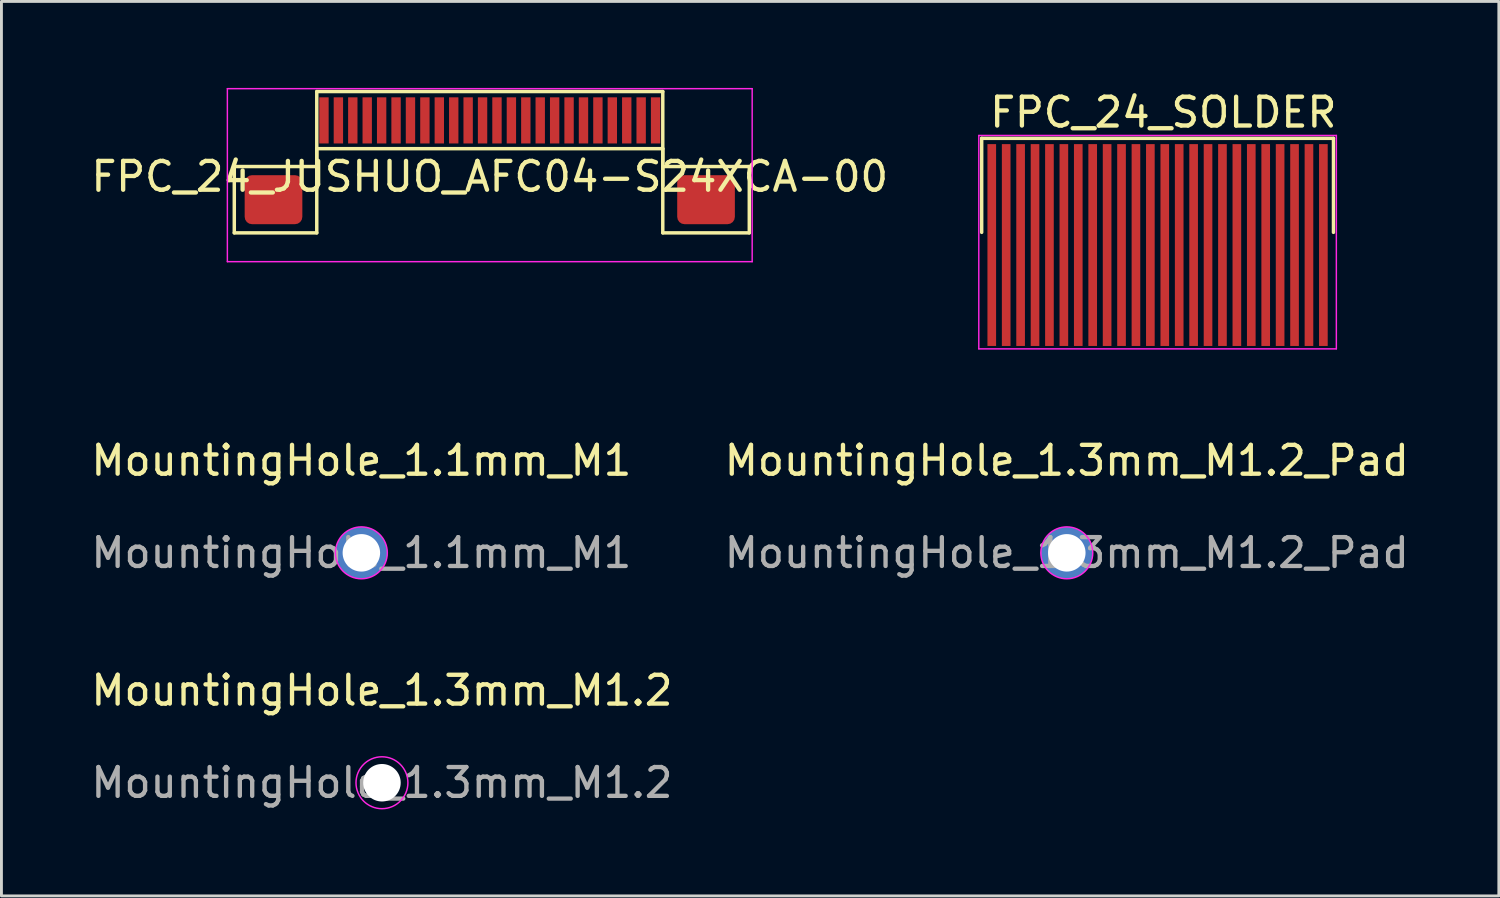
<source format=kicad_pcb>
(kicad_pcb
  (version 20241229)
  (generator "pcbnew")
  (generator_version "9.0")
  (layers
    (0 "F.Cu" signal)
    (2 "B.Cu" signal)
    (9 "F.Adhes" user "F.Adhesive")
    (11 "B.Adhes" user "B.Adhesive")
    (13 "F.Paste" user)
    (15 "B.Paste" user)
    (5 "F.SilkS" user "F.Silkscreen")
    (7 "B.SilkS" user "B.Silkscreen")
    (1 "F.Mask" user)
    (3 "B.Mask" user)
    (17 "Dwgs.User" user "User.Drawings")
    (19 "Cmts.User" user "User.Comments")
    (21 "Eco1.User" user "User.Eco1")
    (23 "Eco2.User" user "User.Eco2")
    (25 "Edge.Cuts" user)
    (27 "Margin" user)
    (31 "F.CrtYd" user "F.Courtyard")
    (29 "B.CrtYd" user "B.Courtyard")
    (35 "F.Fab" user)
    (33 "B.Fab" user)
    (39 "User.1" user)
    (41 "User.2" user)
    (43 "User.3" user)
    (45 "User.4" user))
  (footprint "MountingHole_1.3mm_M1.2"
    (layer "F.Cu")
    (at 10.196 24.095)
    (property "Reference" "MountingHole_1.3mm_M1.2" (at 0 -3.2 0) (layer "F.SilkS") (effects (font (size 1 1) (thickness 0.15))))
    (attr exclude_from_pos_files exclude_from_bom)
    (fp_circle (center 0 0) (end 0.9 0) (stroke (width 0.05) (type solid)) (fill no) (layer "F.CrtYd"))
    (fp_text user "${REFERENCE}" (at 0 0 0) (layer "F.Fab") (effects (font (size 1 1) (thickness 0.15))))
    (pad "" np_thru_hole circle (at 0 0) (size 1.3 1.3) (drill 1.3) (layers "*.Cu" "*.Mask")))
  (footprint "MountingHole_1.1mm_M1"
    (layer "F.Cu")
    (at 9.482 16.122)
    (property "Reference" "MountingHole_1.1mm_M1" (at 0 -3.2 0) (layer "F.SilkS") (effects (font (size 1 1) (thickness 0.15))))
    (attr exclude_from_pos_files exclude_from_bom)
    (fp_circle (center 0 0) (end 0.9 0) (stroke (width 0.05) (type solid)) (fill no) (layer "F.CrtYd"))
    (fp_text user "${REFERENCE}" (at 0 0 0) (layer "F.Fab") (effects (font (size 1 1) (thickness 0.15))))
    (pad "" thru_hole circle (at 0 0) (size 1.8 1.8) (drill 1.3) (layers "*.Cu" "*.Mask")))
  (footprint "MountingHole_1.3mm_M1.2_Pad"
    (layer "F.Cu")
    (at 33.946 16.122)
    (property "Reference" "MountingHole_1.3mm_M1.2_Pad" (at 0 -3.2 0) (layer "F.SilkS") (effects (font (size 1 1) (thickness 0.15))))
    (attr exclude_from_pos_files exclude_from_bom)
    (fp_circle (center 0 0) (end 0.9 0) (stroke (width 0.05) (type solid)) (fill no) (layer "F.CrtYd"))
    (fp_text user "${REFERENCE}" (at 0 0 0) (layer "F.Fab") (effects (font (size 1 1) (thickness 0.15))))
    (pad "" thru_hole circle (at 0 0) (size 1.8 1.8) (drill 1.3) (layers "*.Cu" "*.Mask")))
  (footprint "FPC_24_JUSHUO_AFC04-S24XCA-00"
    (layer "F.Cu")
    (at 13.935 0.725)
    (property "Reference" "FPC_24_JUSHUO_AFC04-S24XCA-00" (at 0 2.35 0) (layer "F.SilkS") (effects (font (size 1 1) (thickness 0.15))))
    (attr smd)
    (fp_line (start -8.86 2) (end -6 2) (stroke (width 0.12) (type default)) (layer "F.SilkS"))
    (fp_line (start -8.86 4.3) (end -8.86 2) (stroke (width 0.12) (type default)) (layer "F.SilkS"))
    (fp_line (start -6 -0.6) (end 6 -0.6) (stroke (width 0.12) (type default)) (layer "F.SilkS"))
    (fp_line (start -6 1.38) (end -6 4.3) (stroke (width 0.12) (type default)) (layer "F.SilkS"))
    (fp_line (start -6 1.38) (end 6 1.38) (stroke (width 0.12) (type default)) (layer "F.SilkS"))
    (fp_line (start -6 2.66) (end -6 -0.6) (stroke (width 0.12) (type default)) (layer "F.SilkS"))
    (fp_line (start -6 4.3) (end -8.86 4.3) (stroke (width 0.12) (type default)) (layer "F.SilkS"))
    (fp_line (start 6 1.38) (end 6 4.3) (stroke (width 0.12) (type default)) (layer "F.SilkS"))
    (fp_line (start 6 2.66) (end 6 -0.6) (stroke (width 0.12) (type default)) (layer "F.SilkS"))
    (fp_line (start 6 4.3) (end 9 4.3) (stroke (width 0.12) (type default)) (layer "F.SilkS"))
    (fp_line (start 9 2) (end 6 2) (stroke (width 0.12) (type default)) (layer "F.SilkS"))
    (fp_line (start 9 4.3) (end 9 2) (stroke (width 0.12) (type default)) (layer "F.SilkS"))
    (fp_line (start -9.1 -0.7) (end -9.1 5.3) (stroke (width 0.05) (type default)) (layer "F.CrtYd"))
    (fp_line (start -9.1 -0.7) (end 9.1 -0.7) (stroke (width 0.05) (type default)) (layer "F.CrtYd"))
    (fp_line (start -9.1 5.3) (end 9.1 5.3) (stroke (width 0.05) (type default)) (layer "F.CrtYd"))
    (fp_line (start 9.1 -0.7) (end 9.1 5.3) (stroke (width 0.05) (type default)) (layer "F.CrtYd"))
    (pad "0" smd roundrect (at -7.5 3.15) (size 2 1.7) (layers "F.Cu" "F.Mask" "F.Paste") (roundrect_rratio 0.15))
    (pad "0" smd roundrect (at 7.5 3.15) (size 2 1.7) (layers "F.Cu" "F.Mask" "F.Paste") (roundrect_rratio 0.15))
    (pad "1" smd rect (at -5.75 0.4) (size 0.325 1.6) (layers "F.Cu" "F.Mask" "F.Paste"))
    (pad "2" smd rect (at -5.25 0.4) (size 0.325 1.6) (layers "F.Cu" "F.Mask" "F.Paste"))
    (pad "3" smd rect (at -4.75 0.4) (size 0.325 1.6) (layers "F.Cu" "F.Mask" "F.Paste"))
    (pad "4" smd rect (at -4.25 0.4) (size 0.325 1.6) (layers "F.Cu" "F.Mask" "F.Paste"))
    (pad "5" smd rect (at -3.75 0.4) (size 0.325 1.6) (layers "F.Cu" "F.Mask" "F.Paste"))
    (pad "6" smd rect (at -3.25 0.4) (size 0.325 1.6) (layers "F.Cu" "F.Mask" "F.Paste"))
    (pad "7" smd rect (at -2.75 0.4) (size 0.325 1.6) (layers "F.Cu" "F.Mask" "F.Paste"))
    (pad "8" smd rect (at -2.25 0.4) (size 0.325 1.6) (layers "F.Cu" "F.Mask" "F.Paste"))
    (pad "9" smd rect (at -1.75 0.4) (size 0.325 1.6) (layers "F.Cu" "F.Mask" "F.Paste"))
    (pad "10" smd rect (at -1.25 0.4) (size 0.325 1.6) (layers "F.Cu" "F.Mask" "F.Paste"))
    (pad "11" smd rect (at -0.75 0.4) (size 0.325 1.6) (layers "F.Cu" "F.Mask" "F.Paste"))
    (pad "12" smd rect (at -0.25 0.4) (size 0.325 1.6) (layers "F.Cu" "F.Mask" "F.Paste"))
    (pad "13" smd rect (at 0.25 0.4) (size 0.325 1.6) (layers "F.Cu" "F.Mask" "F.Paste"))
    (pad "14" smd rect (at 0.75 0.4) (size 0.325 1.6) (layers "F.Cu" "F.Mask" "F.Paste"))
    (pad "15" smd rect (at 1.25 0.4) (size 0.325 1.6) (layers "F.Cu" "F.Mask" "F.Paste"))
    (pad "16" smd rect (at 1.75 0.4) (size 0.325 1.6) (layers "F.Cu" "F.Mask" "F.Paste"))
    (pad "17" smd rect (at 2.25 0.4) (size 0.325 1.6) (layers "F.Cu" "F.Mask" "F.Paste"))
    (pad "18" smd rect (at 2.75 0.4) (size 0.325 1.6) (layers "F.Cu" "F.Mask" "F.Paste"))
    (pad "19" smd rect (at 3.25 0.4) (size 0.325 1.6) (layers "F.Cu" "F.Mask" "F.Paste"))
    (pad "20" smd rect (at 3.75 0.4) (size 0.325 1.6) (layers "F.Cu" "F.Mask" "F.Paste"))
    (pad "21" smd rect (at 4.25 0.4) (size 0.325 1.6) (layers "F.Cu" "F.Mask" "F.Paste"))
    (pad "22" smd rect (at 4.75 0.4) (size 0.325 1.6) (layers "F.Cu" "F.Mask" "F.Paste"))
    (pad "23" smd rect (at 5.25 0.4) (size 0.325 1.6) (layers "F.Cu" "F.Mask" "F.Paste"))
    (pad "24" smd rect (at 5.75 0.4) (size 0.325 1.6) (layers "F.Cu" "F.Mask" "F.Paste")))
  (footprint "FPC_24_SOLDER"
    (layer "F.Cu")
    (at 37.094 3.748)
    (property "Reference" "FPC_24_SOLDER" (at 0.2 -2.9 0) (layer "F.SilkS") (effects (font (size 1 1) (thickness 0.15))))
    (attr smd)
    (fp_line (start -6.1 -2) (end 6.1 -2) (stroke (width 0.12) (type default)) (layer "F.SilkS"))
    (fp_line (start -6.1 1.26) (end -6.1 -2) (stroke (width 0.12) (type default)) (layer "F.SilkS"))
    (fp_line (start 6.1 1.26) (end 6.1 -2) (stroke (width 0.12) (type default)) (layer "F.SilkS"))
    (fp_line (start -6.2 -2.1) (end -6.2 5.3) (stroke (width 0.05) (type default)) (layer "F.CrtYd"))
    (fp_line (start -6.2 -2.1) (end 6.2 -2.1) (stroke (width 0.05) (type default)) (layer "F.CrtYd"))
    (fp_line (start -6.2 5.3) (end 6.2 5.3) (stroke (width 0.05) (type default)) (layer "F.CrtYd"))
    (fp_line (start 6.2 -2.1) (end 6.2 5.3) (stroke (width 0.05) (type default)) (layer "F.CrtYd"))
    (pad "1" smd rect (at -5.75 1.7) (size 0.3 7) (layers "F.Cu" "F.Mask" "F.Paste"))
    (pad "2" smd rect (at -5.25 1.7) (size 0.3 7) (layers "F.Cu" "F.Mask" "F.Paste"))
    (pad "3" smd rect (at -4.75 1.7) (size 0.3 7) (layers "F.Cu" "F.Mask" "F.Paste"))
    (pad "4" smd rect (at -4.25 1.7) (size 0.3 7) (layers "F.Cu" "F.Mask" "F.Paste"))
    (pad "5" smd rect (at -3.75 1.7) (size 0.3 7) (layers "F.Cu" "F.Mask" "F.Paste"))
    (pad "6" smd rect (at -3.25 1.7) (size 0.3 7) (layers "F.Cu" "F.Mask" "F.Paste"))
    (pad "7" smd rect (at -2.75 1.7) (size 0.3 7) (layers "F.Cu" "F.Mask" "F.Paste"))
    (pad "8" smd rect (at -2.25 1.7) (size 0.3 7) (layers "F.Cu" "F.Mask" "F.Paste"))
    (pad "9" smd rect (at -1.75 1.7) (size 0.3 7) (layers "F.Cu" "F.Mask" "F.Paste"))
    (pad "10" smd rect (at -1.25 1.7) (size 0.3 7) (layers "F.Cu" "F.Mask" "F.Paste"))
    (pad "11" smd rect (at -0.75 1.7) (size 0.3 7) (layers "F.Cu" "F.Mask" "F.Paste"))
    (pad "12" smd rect (at -0.25 1.7) (size 0.3 7) (layers "F.Cu" "F.Mask" "F.Paste"))
    (pad "13" smd rect (at 0.25 1.7) (size 0.3 7) (layers "F.Cu" "F.Mask" "F.Paste"))
    (pad "14" smd rect (at 0.75 1.7) (size 0.3 7) (layers "F.Cu" "F.Mask" "F.Paste"))
    (pad "15" smd rect (at 1.25 1.7) (size 0.3 7) (layers "F.Cu" "F.Mask" "F.Paste"))
    (pad "16" smd rect (at 1.75 1.7) (size 0.3 7) (layers "F.Cu" "F.Mask" "F.Paste"))
    (pad "17" smd rect (at 2.25 1.7) (size 0.3 7) (layers "F.Cu" "F.Mask" "F.Paste"))
    (pad "18" smd rect (at 2.75 1.7) (size 0.3 7) (layers "F.Cu" "F.Mask" "F.Paste"))
    (pad "19" smd rect (at 3.25 1.7) (size 0.3 7) (layers "F.Cu" "F.Mask" "F.Paste"))
    (pad "20" smd rect (at 3.75 1.7) (size 0.3 7) (layers "F.Cu" "F.Mask" "F.Paste"))
    (pad "21" smd rect (at 4.25 1.7) (size 0.3 7) (layers "F.Cu" "F.Mask" "F.Paste"))
    (pad "22" smd rect (at 4.75 1.7) (size 0.3 7) (layers "F.Cu" "F.Mask" "F.Paste"))
    (pad "23" smd rect (at 5.25 1.7) (size 0.3 7) (layers "F.Cu" "F.Mask" "F.Paste"))
    (pad "24" smd rect (at 5.75 1.7) (size 0.3 7) (layers "F.Cu" "F.Mask" "F.Paste")))
  (gr_rect
    (start -3 -3)
    (end 48.929 28.02)
    (stroke (width 0.1) (type default))
    (fill no)
    (layer "Edge.Cuts")))
</source>
